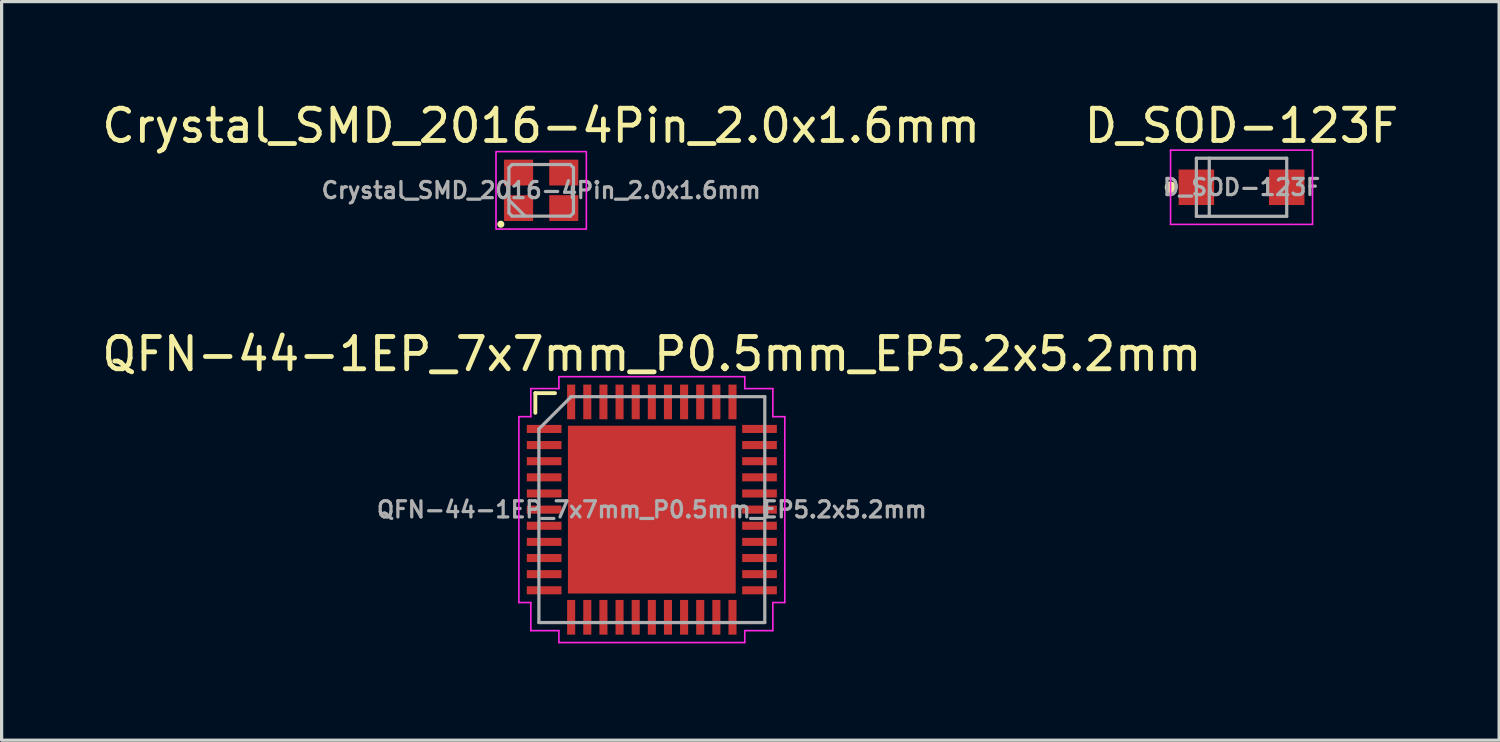
<source format=kicad_pcb>
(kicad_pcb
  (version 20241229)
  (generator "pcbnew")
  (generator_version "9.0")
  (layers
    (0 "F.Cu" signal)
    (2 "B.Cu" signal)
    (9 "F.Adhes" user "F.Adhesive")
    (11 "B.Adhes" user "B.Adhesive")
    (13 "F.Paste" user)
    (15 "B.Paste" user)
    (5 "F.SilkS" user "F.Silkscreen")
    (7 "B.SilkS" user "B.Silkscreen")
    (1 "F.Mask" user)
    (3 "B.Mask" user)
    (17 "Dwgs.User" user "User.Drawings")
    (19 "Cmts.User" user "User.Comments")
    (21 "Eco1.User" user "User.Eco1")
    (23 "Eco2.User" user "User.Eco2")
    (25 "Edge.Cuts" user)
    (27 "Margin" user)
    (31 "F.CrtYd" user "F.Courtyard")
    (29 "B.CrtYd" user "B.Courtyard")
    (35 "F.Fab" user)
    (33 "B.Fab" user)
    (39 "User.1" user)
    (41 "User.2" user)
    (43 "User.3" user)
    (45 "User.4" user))
  (footprint "QFN-44-1EP_7x7mm_P0.5mm_EP5.2x5.2mm"
    (layer "F.Cu")
    (at 17.149 12.742)
    (property "Reference" "QFN-44-1EP_7x7mm_P0.5mm_EP5.2x5.2mm" (at 0 -4.82 0) (layer "F.SilkS") (effects (font (size 1 1) (thickness 0.15))))
    (attr smd)
    (fp_line (start -3.61 -3) (end -3.61 -3.61) (stroke (width 0.12) (type solid)) (layer "F.SilkS"))
    (fp_line (start -3 -3.61) (end -3.61 -3.61) (stroke (width 0.12) (type solid)) (layer "F.SilkS"))
    (fp_line (start -4.12 -2.88) (end -4.12 2.88) (stroke (width 0.05) (type solid)) (layer "F.CrtYd"))
    (fp_line (start -3.75 -3.75) (end -3.75 -2.88) (stroke (width 0.05) (type default)) (layer "F.CrtYd"))
    (fp_line (start -3.75 -3.75) (end -2.88 -3.75) (stroke (width 0.05) (type default)) (layer "F.CrtYd"))
    (fp_line (start -3.75 -2.88) (end -4.12 -2.88) (stroke (width 0.05) (type default)) (layer "F.CrtYd"))
    (fp_line (start -3.75 2.88) (end -4.12 2.88) (stroke (width 0.05) (type default)) (layer "F.CrtYd"))
    (fp_line (start -3.75 3.75) (end -3.75 2.88) (stroke (width 0.05) (type default)) (layer "F.CrtYd"))
    (fp_line (start -3.75 3.75) (end -2.88 3.75) (stroke (width 0.05) (type default)) (layer "F.CrtYd"))
    (fp_line (start -2.88 -3.75) (end -2.88 -4.12) (stroke (width 0.05) (type default)) (layer "F.CrtYd"))
    (fp_line (start -2.88 3.75) (end -2.88 4.12) (stroke (width 0.05) (type default)) (layer "F.CrtYd"))
    (fp_line (start -2.88 4.12) (end 2.88 4.12) (stroke (width 0.05) (type solid)) (layer "F.CrtYd"))
    (fp_line (start 2.88 -4.12) (end -2.88 -4.12) (stroke (width 0.05) (type solid)) (layer "F.CrtYd"))
    (fp_line (start 2.88 -3.75) (end 2.88 -4.12) (stroke (width 0.05) (type default)) (layer "F.CrtYd"))
    (fp_line (start 2.88 3.75) (end 2.88 4.12) (stroke (width 0.05) (type default)) (layer "F.CrtYd"))
    (fp_line (start 3.75 -3.75) (end 2.88 -3.75) (stroke (width 0.05) (type default)) (layer "F.CrtYd"))
    (fp_line (start 3.75 -3.75) (end 3.75 -2.88) (stroke (width 0.05) (type default)) (layer "F.CrtYd"))
    (fp_line (start 3.75 -2.88) (end 4.12 -2.88) (stroke (width 0.05) (type default)) (layer "F.CrtYd"))
    (fp_line (start 3.75 2.88) (end 4.12 2.88) (stroke (width 0.05) (type default)) (layer "F.CrtYd"))
    (fp_line (start 3.75 3.75) (end 2.88 3.75) (stroke (width 0.05) (type default)) (layer "F.CrtYd"))
    (fp_line (start 3.75 3.75) (end 3.75 2.88) (stroke (width 0.05) (type default)) (layer "F.CrtYd"))
    (fp_line (start 4.12 2.88) (end 4.12 -2.88) (stroke (width 0.05) (type solid)) (layer "F.CrtYd"))
    (fp_line (start -3.5 -2.5) (end -2.5 -3.5) (stroke (width 0.1) (type solid)) (layer "F.Fab"))
    (fp_line (start -3.5 3.5) (end -3.5 -2.5) (stroke (width 0.1) (type solid)) (layer "F.Fab"))
    (fp_line (start -2.5 -3.5) (end 3.5 -3.5) (stroke (width 0.1) (type solid)) (layer "F.Fab"))
    (fp_line (start 3.5 -3.5) (end 3.5 3.5) (stroke (width 0.1) (type solid)) (layer "F.Fab"))
    (fp_line (start 3.5 3.5) (end -3.5 3.5) (stroke (width 0.1) (type solid)) (layer "F.Fab"))
    (fp_text user "${REFERENCE}" (at 0 0 0) (layer "F.Fab") (effects (font (size 0.5 0.5) (thickness 0.1))))
    (pad "" smd roundrect (at -1.95 -1.95) (size 1.05 1.05) (layers "F.Paste") (roundrect_rratio 0.238))
    (pad "" smd roundrect (at -1.95 -0.65) (size 1.05 1.05) (layers "F.Paste") (roundrect_rratio 0.238))
    (pad "" smd roundrect (at -1.95 0.65) (size 1.05 1.05) (layers "F.Paste") (roundrect_rratio 0.238))
    (pad "" smd roundrect (at -1.95 1.95) (size 1.05 1.05) (layers "F.Paste") (roundrect_rratio 0.238))
    (pad "" smd roundrect (at -0.65 -1.95) (size 1.05 1.05) (layers "F.Paste") (roundrect_rratio 0.238))
    (pad "" smd roundrect (at -0.65 -0.65) (size 1.05 1.05) (layers "F.Paste") (roundrect_rratio 0.238))
    (pad "" smd roundrect (at -0.65 0.65) (size 1.05 1.05) (layers "F.Paste") (roundrect_rratio 0.238))
    (pad "" smd roundrect (at -0.65 1.95) (size 1.05 1.05) (layers "F.Paste") (roundrect_rratio 0.238))
    (pad "" smd roundrect (at 0.65 -1.95) (size 1.05 1.05) (layers "F.Paste") (roundrect_rratio 0.238))
    (pad "" smd roundrect (at 0.65 -0.65) (size 1.05 1.05) (layers "F.Paste") (roundrect_rratio 0.238))
    (pad "" smd roundrect (at 0.65 0.65) (size 1.05 1.05) (layers "F.Paste") (roundrect_rratio 0.238))
    (pad "" smd roundrect (at 0.65 1.95) (size 1.05 1.05) (layers "F.Paste") (roundrect_rratio 0.238))
    (pad "" smd roundrect (at 1.95 -1.95) (size 1.05 1.05) (layers "F.Paste") (roundrect_rratio 0.238))
    (pad "" smd roundrect (at 1.95 -0.65) (size 1.05 1.05) (layers "F.Paste") (roundrect_rratio 0.238))
    (pad "" smd roundrect (at 1.95 0.65) (size 1.05 1.05) (layers "F.Paste") (roundrect_rratio 0.238))
    (pad "" smd roundrect (at 1.95 1.95) (size 1.05 1.05) (layers "F.Paste") (roundrect_rratio 0.238))
    (pad "1" smd rect (at -3.337 -2.5) (size 1.075 0.25) (layers "F.Cu" "F.Mask" "F.Paste"))
    (pad "2" smd rect (at -3.337 -2) (size 1.075 0.25) (layers "F.Cu" "F.Mask" "F.Paste"))
    (pad "3" smd rect (at -3.337 -1.5) (size 1.075 0.25) (layers "F.Cu" "F.Mask" "F.Paste"))
    (pad "4" smd rect (at -3.337 -1) (size 1.075 0.25) (layers "F.Cu" "F.Mask" "F.Paste"))
    (pad "5" smd rect (at -3.337 -0.5) (size 1.075 0.25) (layers "F.Cu" "F.Mask" "F.Paste"))
    (pad "6" smd rect (at -3.337 0) (size 1.075 0.25) (layers "F.Cu" "F.Mask" "F.Paste"))
    (pad "7" smd rect (at -3.337 0.5) (size 1.075 0.25) (layers "F.Cu" "F.Mask" "F.Paste"))
    (pad "8" smd rect (at -3.337 1) (size 1.075 0.25) (layers "F.Cu" "F.Mask" "F.Paste"))
    (pad "9" smd rect (at -3.337 1.5) (size 1.075 0.25) (layers "F.Cu" "F.Mask" "F.Paste"))
    (pad "10" smd rect (at -3.337 2) (size 1.075 0.25) (layers "F.Cu" "F.Mask" "F.Paste"))
    (pad "11" smd rect (at -3.337 2.5) (size 1.075 0.25) (layers "F.Cu" "F.Mask" "F.Paste"))
    (pad "12" smd rect (at -2.5 3.337) (size 0.25 1.075) (layers "F.Cu" "F.Mask" "F.Paste"))
    (pad "13" smd rect (at -2 3.337) (size 0.25 1.075) (layers "F.Cu" "F.Mask" "F.Paste"))
    (pad "14" smd rect (at -1.5 3.337) (size 0.25 1.075) (layers "F.Cu" "F.Mask" "F.Paste"))
    (pad "15" smd rect (at -1 3.337) (size 0.25 1.075) (layers "F.Cu" "F.Mask" "F.Paste"))
    (pad "16" smd rect (at -0.5 3.337) (size 0.25 1.075) (layers "F.Cu" "F.Mask" "F.Paste"))
    (pad "17" smd rect (at 0 3.337) (size 0.25 1.075) (layers "F.Cu" "F.Mask" "F.Paste"))
    (pad "18" smd rect (at 0.5 3.337) (size 0.25 1.075) (layers "F.Cu" "F.Mask" "F.Paste"))
    (pad "19" smd rect (at 1 3.337) (size 0.25 1.075) (layers "F.Cu" "F.Mask" "F.Paste"))
    (pad "20" smd rect (at 1.5 3.337) (size 0.25 1.075) (layers "F.Cu" "F.Mask" "F.Paste"))
    (pad "21" smd rect (at 2 3.337) (size 0.25 1.075) (layers "F.Cu" "F.Mask" "F.Paste"))
    (pad "22" smd rect (at 2.5 3.337) (size 0.25 1.075) (layers "F.Cu" "F.Mask" "F.Paste"))
    (pad "23" smd rect (at 3.337 2.5) (size 1.075 0.25) (layers "F.Cu" "F.Mask" "F.Paste"))
    (pad "24" smd rect (at 3.337 2) (size 1.075 0.25) (layers "F.Cu" "F.Mask" "F.Paste"))
    (pad "25" smd rect (at 3.337 1.5) (size 1.075 0.25) (layers "F.Cu" "F.Mask" "F.Paste"))
    (pad "26" smd rect (at 3.337 1) (size 1.075 0.25) (layers "F.Cu" "F.Mask" "F.Paste"))
    (pad "27" smd rect (at 3.337 0.5) (size 1.075 0.25) (layers "F.Cu" "F.Mask" "F.Paste"))
    (pad "28" smd rect (at 3.337 0) (size 1.075 0.25) (layers "F.Cu" "F.Mask" "F.Paste"))
    (pad "29" smd rect (at 3.337 -0.5) (size 1.075 0.25) (layers "F.Cu" "F.Mask" "F.Paste"))
    (pad "30" smd rect (at 3.337 -1) (size 1.075 0.25) (layers "F.Cu" "F.Mask" "F.Paste"))
    (pad "31" smd rect (at 3.337 -1.5) (size 1.075 0.25) (layers "F.Cu" "F.Mask" "F.Paste"))
    (pad "32" smd rect (at 3.337 -2) (size 1.075 0.25) (layers "F.Cu" "F.Mask" "F.Paste"))
    (pad "33" smd rect (at 3.337 -2.5) (size 1.075 0.25) (layers "F.Cu" "F.Mask" "F.Paste"))
    (pad "34" smd rect (at 2.5 -3.337) (size 0.25 1.075) (layers "F.Cu" "F.Mask" "F.Paste"))
    (pad "35" smd rect (at 2 -3.337) (size 0.25 1.075) (layers "F.Cu" "F.Mask" "F.Paste"))
    (pad "36" smd rect (at 1.5 -3.337) (size 0.25 1.075) (layers "F.Cu" "F.Mask" "F.Paste"))
    (pad "37" smd rect (at 1 -3.337) (size 0.25 1.075) (layers "F.Cu" "F.Mask" "F.Paste"))
    (pad "38" smd rect (at 0.5 -3.337) (size 0.25 1.075) (layers "F.Cu" "F.Mask" "F.Paste"))
    (pad "39" smd rect (at 0 -3.337) (size 0.25 1.075) (layers "F.Cu" "F.Mask" "F.Paste"))
    (pad "40" smd rect (at -0.5 -3.337) (size 0.25 1.075) (layers "F.Cu" "F.Mask" "F.Paste"))
    (pad "41" smd rect (at -1 -3.337) (size 0.25 1.075) (layers "F.Cu" "F.Mask" "F.Paste"))
    (pad "42" smd rect (at -1.5 -3.337) (size 0.25 1.075) (layers "F.Cu" "F.Mask" "F.Paste"))
    (pad "43" smd rect (at -2 -3.337) (size 0.25 1.075) (layers "F.Cu" "F.Mask" "F.Paste"))
    (pad "44" smd rect (at -2.5 -3.337) (size 0.25 1.075) (layers "F.Cu" "F.Mask" "F.Paste"))
    (pad "45" smd rect (at 0 0) (size 5.2 5.2) (layers "F.Cu" "F.Mask")))
  (footprint "Crystal_SMD_2016-4Pin_2.0x1.6mm"
    (layer "F.Cu")
    (at 13.72 2.848)
    (property "Reference" "Crystal_SMD_2016-4Pin_2.0x1.6mm" (at 0 -2 0) (layer "F.SilkS") (effects (font (size 1 1) (thickness 0.15))))
    (attr smd)
    (fp_circle (center -1.25 1.05) (end -1.2 1.05) (stroke (width 0.12) (type solid)) (fill yes) (layer "F.SilkS"))
    (fp_rect (start -1.4 -1.2) (end 1.4 1.2) (stroke (width 0.05) (type default)) (fill no) (layer "F.CrtYd"))
    (fp_line (start -1 -0.7) (end -0.9 -0.8) (stroke (width 0.1) (type solid)) (layer "F.Fab"))
    (fp_line (start -1 0.3) (end -0.5 0.8) (stroke (width 0.1) (type solid)) (layer "F.Fab"))
    (fp_line (start -1 0.7) (end -1 -0.7) (stroke (width 0.1) (type solid)) (layer "F.Fab"))
    (fp_line (start -0.9 -0.8) (end 0.9 -0.8) (stroke (width 0.1) (type solid)) (layer "F.Fab"))
    (fp_line (start -0.9 0.8) (end -1 0.7) (stroke (width 0.1) (type solid)) (layer "F.Fab"))
    (fp_line (start 0.9 -0.8) (end 1 -0.7) (stroke (width 0.1) (type solid)) (layer "F.Fab"))
    (fp_line (start 0.9 0.8) (end -0.9 0.8) (stroke (width 0.1) (type solid)) (layer "F.Fab"))
    (fp_line (start 1 -0.7) (end 1 0.7) (stroke (width 0.1) (type solid)) (layer "F.Fab"))
    (fp_line (start 1 0.7) (end 0.9 0.8) (stroke (width 0.1) (type solid)) (layer "F.Fab"))
    (fp_text user "${REFERENCE}" (at 0 0 0) (layer "F.Fab") (effects (font (size 0.5 0.5) (thickness 0.1) (bold yes))))
    (pad "1" smd rect (at -0.7 0.55) (size 0.9 0.8) (layers "F.Cu" "F.Mask" "F.Paste"))
    (pad "2" smd rect (at 0.7 0.55) (size 0.9 0.8) (layers "F.Cu" "F.Mask" "F.Paste"))
    (pad "3" smd rect (at 0.7 -0.55) (size 0.9 0.8) (layers "F.Cu" "F.Mask" "F.Paste"))
    (pad "4" smd rect (at -0.7 -0.55) (size 0.9 0.8) (layers "F.Cu" "F.Mask" "F.Paste")))
  (footprint "D_SOD-123F"
    (layer "F.Cu")
    (at 35.423 2.753)
    (property "Reference" "D_SOD-123F" (at 0 -1.905 0) (layer "F.SilkS") (effects (font (size 1 1) (thickness 0.15))))
    (attr smd)
    (fp_circle (center -2.2 0) (end -2.08 0) (stroke (width 0.12) (type solid)) (fill yes) (layer "F.SilkS"))
    (fp_line (start -2.2 -1.15) (end -2.2 1.15) (stroke (width 0.05) (type solid)) (layer "F.CrtYd"))
    (fp_line (start -2.2 -1.15) (end 2.2 -1.15) (stroke (width 0.05) (type solid)) (layer "F.CrtYd"))
    (fp_line (start 2.2 -1.15) (end 2.2 1.15) (stroke (width 0.05) (type solid)) (layer "F.CrtYd"))
    (fp_line (start 2.2 1.15) (end -2.2 1.15) (stroke (width 0.05) (type solid)) (layer "F.CrtYd"))
    (fp_line (start -1.4 -0.9) (end 1.4 -0.9) (stroke (width 0.1) (type solid)) (layer "F.Fab"))
    (fp_line (start -1.4 0.9) (end -1.4 -0.9) (stroke (width 0.1) (type solid)) (layer "F.Fab"))
    (fp_line (start -1 0.9) (end -1 -0.9) (stroke (width 0.1) (type solid)) (layer "F.Fab"))
    (fp_line (start 1.4 -0.9) (end 1.4 0.9) (stroke (width 0.1) (type solid)) (layer "F.Fab"))
    (fp_line (start 1.4 0.9) (end -1.4 0.9) (stroke (width 0.1) (type solid)) (layer "F.Fab"))
    (fp_text user "${REFERENCE}" (at 0 0 0) (layer "F.Fab") (effects (font (size 0.5 0.5) (thickness 0.1) (bold yes))))
    (pad "1" smd rect (at -1.4 0) (size 1.1 1.1) (layers "F.Cu" "F.Mask" "F.Paste"))
    (pad "2" smd rect (at 1.4 0) (size 1.1 1.1) (layers "F.Cu" "F.Mask" "F.Paste")))
  (gr_rect
    (start -3 -3)
    (end 43.405 19.887)
    (stroke (width 0.1) (type default))
    (fill no)
    (layer "Edge.Cuts")))
</source>
